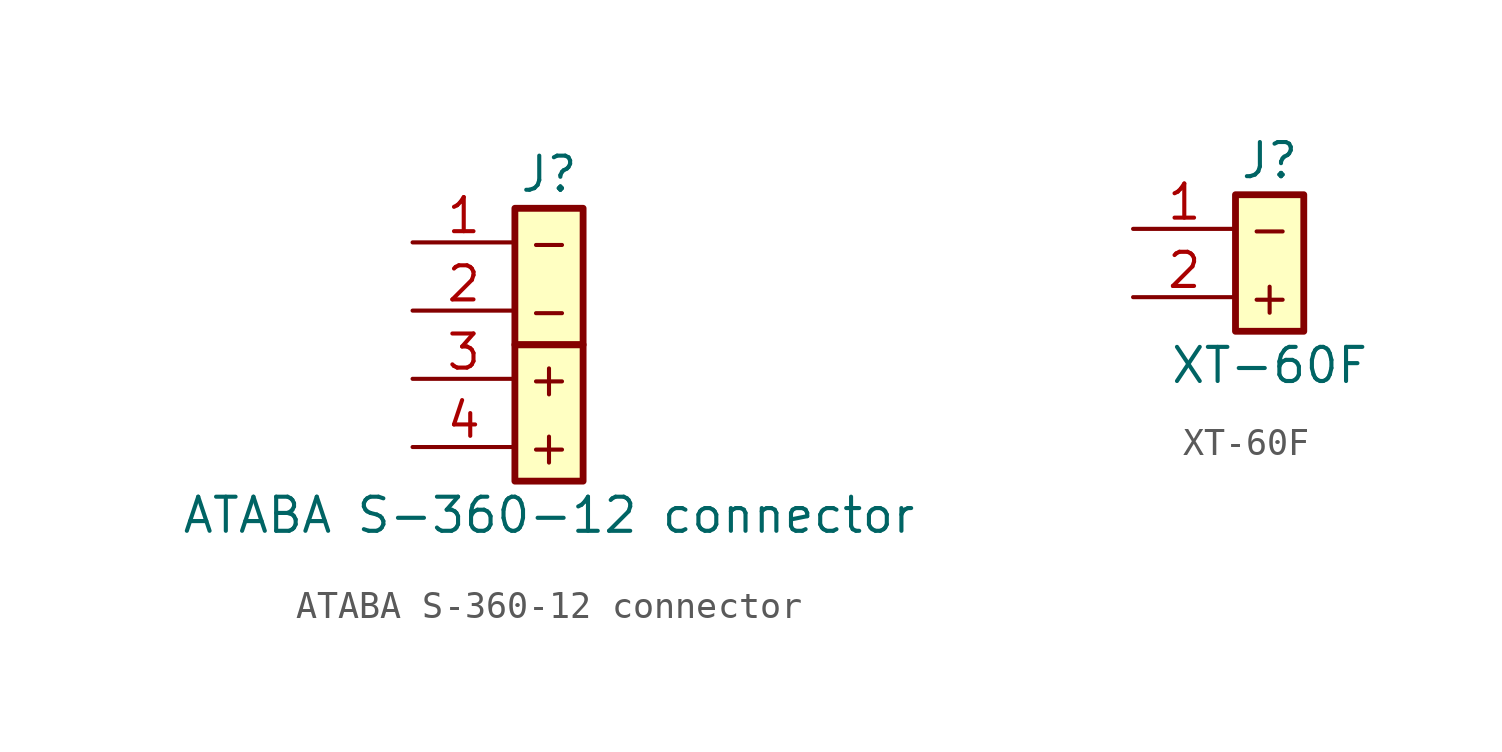
<source format=kicad_sym>
(kicad_symbol_lib
  (version 20211014)
  (generator kicad_symbol_editor)
  (symbol "ATABA S-360-12 connector"
    (pin_names
      (offset 1.016) hide)
    (property "Reference" "J"
      (at 0 2.54 0)
      (effects (font (size 1.27 1.27))))
    (property "Value" "ATABA S-360-12 connector"
      (at 0 -10.16 0)
      (effects (font (size 1.27 1.27))))
    (symbol "ATABA S-360-12 connector_0_0"
      (text "+" (at 0 -7.62 0) (effects (font (size 1.27 1.27))))
      (text "+" (at 0 -5.08 0) (effects (font (size 1.27 1.27))))
      (text "-" (at 0 -2.54 0) (effects (font (size 1.27 1.27))))
      (text "-" (at 0 0 0) (effects (font (size 1.27 1.27)))))
    (symbol "ATABA S-360-12 connector_1_1"
      (rectangle (start -1.27 -3.81) (end 1.27 -8.89) (stroke (width 0.254) (type default) (color 0 0 0 0)) (fill (type background)))
      (rectangle (start -1.27 1.27) (end 1.27 -3.81) (stroke (width 0.254) (type default) (color 0 0 0 0)) (fill (type background)))
      (pin passive line (at -5.08 0 0) (length 3.81) (name "-" (effects (font (size 1.27 1.27)))) (number "1" (effects (font (size 1.27 1.27)))))
      (pin passive line (at -5.08 -2.54 0) (length 3.81) (name "-" (effects (font (size 1.27 1.27)))) (number "2" (effects (font (size 1.27 1.27)))))
      (pin passive line (at -5.08 -5.08 0) (length 3.81) (name "+" (effects (font (size 1.27 1.27)))) (number "3" (effects (font (size 1.27 1.27)))))
      (pin passive line (at -5.08 -7.62 0) (length 3.81) (name "+" (effects (font (size 1.27 1.27)))) (number "4" (effects (font (size 1.27 1.27)))))))
  (symbol "XT-60F"
    (pin_names
      (offset 1.016) hide)
    (property "Reference" "J"
      (at 0 2.54 0)
      (effects (font (size 1.27 1.27))))
    (property "Value" "XT-60F"
      (at 0 -5.08 0)
      (effects (font (size 1.27 1.27))))
    (symbol "XT-60F_0_0"
      (text "+" (at 0 -2.54 0) (effects (font (size 1.27 1.27))))
      (text "-" (at 0 0 0) (effects (font (size 1.27 1.27)))))
    (symbol "XT-60F_1_1"
      (rectangle (start -1.27 1.27) (end 1.27 -3.81) (stroke (width 0.254) (type default) (color 0 0 0 0)) (fill (type background)))
      (pin passive line (at -5.08 0 0) (length 3.81) (name "Pin_1" (effects (font (size 1.27 1.27)))) (number "1" (effects (font (size 1.27 1.27)))))
      (pin passive line (at -5.08 -2.54 0) (length 3.81) (name "Pin_2" (effects (font (size 1.27 1.27)))) (number "2" (effects (font (size 1.27 1.27))))))))
</source>
